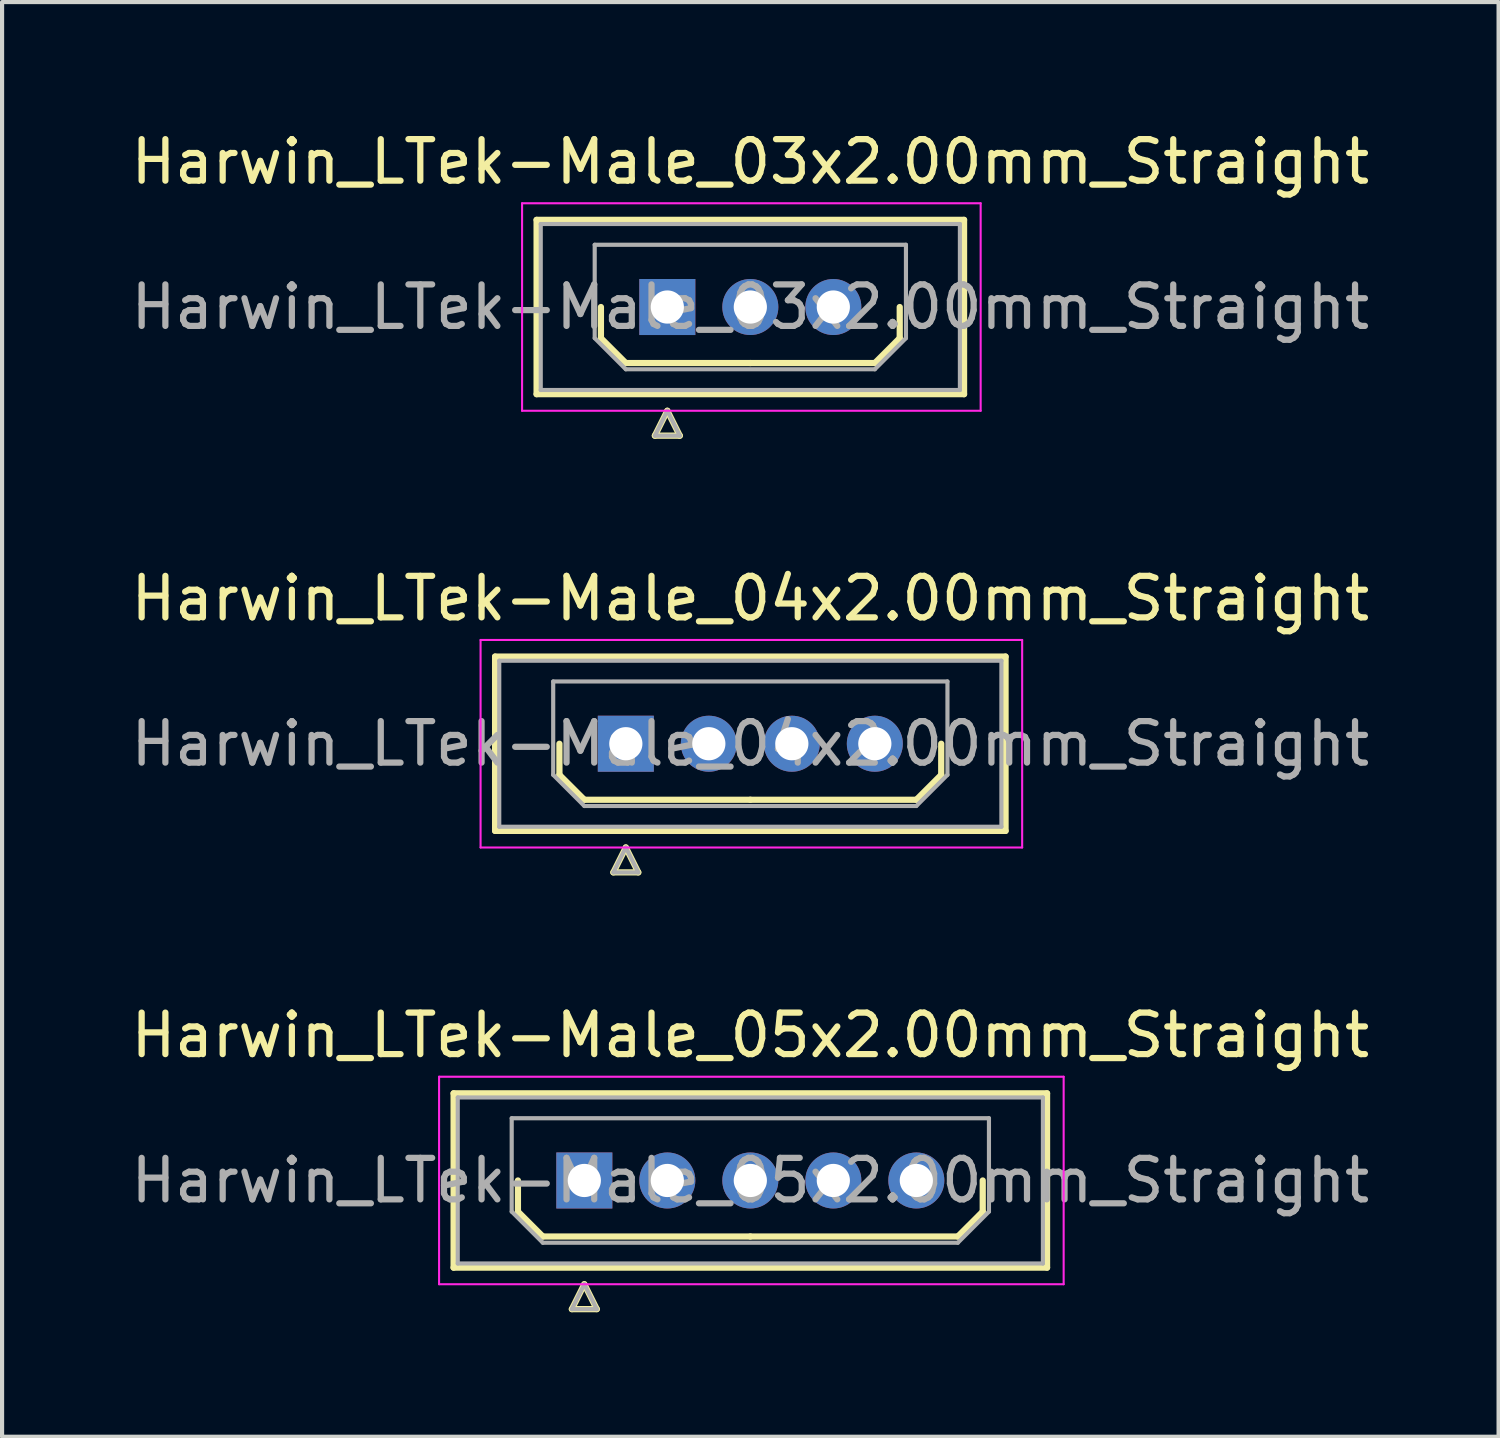
<source format=kicad_pcb>
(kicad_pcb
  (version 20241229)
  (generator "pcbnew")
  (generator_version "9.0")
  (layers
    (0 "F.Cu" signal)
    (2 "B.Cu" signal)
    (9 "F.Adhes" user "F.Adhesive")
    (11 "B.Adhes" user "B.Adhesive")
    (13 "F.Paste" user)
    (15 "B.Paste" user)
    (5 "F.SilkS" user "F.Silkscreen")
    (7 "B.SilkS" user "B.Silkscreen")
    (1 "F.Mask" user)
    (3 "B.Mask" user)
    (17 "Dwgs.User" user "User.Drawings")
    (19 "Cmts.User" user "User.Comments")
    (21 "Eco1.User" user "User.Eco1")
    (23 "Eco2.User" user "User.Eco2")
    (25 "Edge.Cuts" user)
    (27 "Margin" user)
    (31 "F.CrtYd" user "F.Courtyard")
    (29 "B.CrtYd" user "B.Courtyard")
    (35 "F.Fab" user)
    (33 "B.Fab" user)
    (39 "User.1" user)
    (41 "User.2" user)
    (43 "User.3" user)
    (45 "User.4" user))
  (footprint "Harwin_LTek-Male_04x2.00mm_Straight"
    (layer "F.Cu")
    (at 12.03 14.871)
    (property "Reference" "Harwin_LTek-Male_04x2.00mm_Straight" (at 3 -3.5 0) (layer "F.SilkS") (effects (font (size 1 1) (thickness 0.15))))
    (attr through_hole)
    (fp_line (start -3.15 -2.1) (end -3.15 2.1) (stroke (width 0.15) (type solid)) (layer "F.SilkS"))
    (fp_line (start -3.15 2.1) (end 9.15 2.1) (stroke (width 0.15) (type solid)) (layer "F.SilkS"))
    (fp_line (start -1.6 0) (end -1.6 0.75) (stroke (width 0.15) (type solid)) (layer "F.SilkS"))
    (fp_line (start -1.6 0.75) (end -1 1.35) (stroke (width 0.15) (type solid)) (layer "F.SilkS"))
    (fp_line (start -1 1.35) (end 3 1.35) (stroke (width 0.15) (type solid)) (layer "F.SilkS"))
    (fp_line (start -0.3 3.1) (end 0.3 3.1) (stroke (width 0.15) (type solid)) (layer "F.SilkS"))
    (fp_line (start 0 2.5) (end -0.3 3.1) (stroke (width 0.15) (type solid)) (layer "F.SilkS"))
    (fp_line (start 0.3 3.1) (end 0 2.5) (stroke (width 0.15) (type solid)) (layer "F.SilkS"))
    (fp_line (start 7 1.35) (end 3 1.35) (stroke (width 0.15) (type solid)) (layer "F.SilkS"))
    (fp_line (start 7.6 0) (end 7.6 0.75) (stroke (width 0.15) (type solid)) (layer "F.SilkS"))
    (fp_line (start 7.6 0.75) (end 7 1.35) (stroke (width 0.15) (type solid)) (layer "F.SilkS"))
    (fp_line (start 9.15 -2.1) (end -3.15 -2.1) (stroke (width 0.15) (type solid)) (layer "F.SilkS"))
    (fp_line (start 9.15 2.1) (end 9.15 -2.1) (stroke (width 0.15) (type solid)) (layer "F.SilkS"))
    (fp_line (start -3.5 -2.5) (end -3.5 2.5) (stroke (width 0.05) (type solid)) (layer "F.CrtYd"))
    (fp_line (start -3.5 2.5) (end 9.55 2.5) (stroke (width 0.05) (type solid)) (layer "F.CrtYd"))
    (fp_line (start 9.55 -2.5) (end -3.5 -2.5) (stroke (width 0.05) (type solid)) (layer "F.CrtYd"))
    (fp_line (start 9.55 2.5) (end 9.55 -2.5) (stroke (width 0.05) (type solid)) (layer "F.CrtYd"))
    (fp_line (start -3.05 -2) (end -3.05 2) (stroke (width 0.1) (type solid)) (layer "F.Fab"))
    (fp_line (start -3.05 2) (end 9.05 2) (stroke (width 0.1) (type solid)) (layer "F.Fab"))
    (fp_line (start -1.75 -1.5) (end 7.75 -1.5) (stroke (width 0.1) (type solid)) (layer "F.Fab"))
    (fp_line (start -1.75 0.75) (end -1.75 -1.5) (stroke (width 0.1) (type solid)) (layer "F.Fab"))
    (fp_line (start -1 1.5) (end -1.75 0.75) (stroke (width 0.1) (type solid)) (layer "F.Fab"))
    (fp_line (start -0.3 3.1) (end 0.3 3.1) (stroke (width 0.1) (type solid)) (layer "F.Fab"))
    (fp_line (start 0 2.5) (end -0.3 3.1) (stroke (width 0.1) (type solid)) (layer "F.Fab"))
    (fp_line (start 0.3 3.1) (end 0 2.5) (stroke (width 0.1) (type solid)) (layer "F.Fab"))
    (fp_line (start 7 1.5) (end -1 1.5) (stroke (width 0.1) (type solid)) (layer "F.Fab"))
    (fp_line (start 7.75 -1.5) (end 7.75 0.75) (stroke (width 0.1) (type solid)) (layer "F.Fab"))
    (fp_line (start 7.75 0.75) (end 7 1.5) (stroke (width 0.1) (type solid)) (layer "F.Fab"))
    (fp_line (start 9.05 -2) (end -3.05 -2) (stroke (width 0.1) (type solid)) (layer "F.Fab"))
    (fp_line (start 9.05 2) (end 9.05 -2) (stroke (width 0.1) (type solid)) (layer "F.Fab"))
    (fp_text user "${REFERENCE}" (at 3 0 0) (layer "F.Fab") (effects (font (size 1 1) (thickness 0.15))))
    (pad "1" thru_hole rect (at 0 0) (size 1.35 1.35) (drill 0.8) (layers "*.Cu" "*.Mask"))
    (pad "2" thru_hole circle (at 2 0) (size 1.35 1.35) (drill 0.8) (layers "*.Cu" "*.Mask"))
    (pad "3" thru_hole circle (at 4 0) (size 1.35 1.35) (drill 0.8) (layers "*.Cu" "*.Mask"))
    (pad "4" thru_hole circle (at 6 0) (size 1.35 1.35) (drill 0.8) (layers "*.Cu" "*.Mask")))
  (footprint "Harwin_LTek-Male_05x2.00mm_Straight"
    (layer "F.Cu")
    (at 11.03 25.395)
    (property "Reference" "Harwin_LTek-Male_05x2.00mm_Straight" (at 4 -3.5 0) (layer "F.SilkS") (effects (font (size 1 1) (thickness 0.15))))
    (attr through_hole)
    (fp_line (start -3.15 -2.1) (end -3.15 2.1) (stroke (width 0.15) (type solid)) (layer "F.SilkS"))
    (fp_line (start -3.15 2.1) (end 11.15 2.1) (stroke (width 0.15) (type solid)) (layer "F.SilkS"))
    (fp_line (start -1.6 0) (end -1.6 0.75) (stroke (width 0.15) (type solid)) (layer "F.SilkS"))
    (fp_line (start -1.6 0.75) (end -1 1.35) (stroke (width 0.15) (type solid)) (layer "F.SilkS"))
    (fp_line (start -1 1.35) (end 4 1.35) (stroke (width 0.15) (type solid)) (layer "F.SilkS"))
    (fp_line (start -0.3 3.1) (end 0.3 3.1) (stroke (width 0.15) (type solid)) (layer "F.SilkS"))
    (fp_line (start 0 2.5) (end -0.3 3.1) (stroke (width 0.15) (type solid)) (layer "F.SilkS"))
    (fp_line (start 0.3 3.1) (end 0 2.5) (stroke (width 0.15) (type solid)) (layer "F.SilkS"))
    (fp_line (start 9 1.35) (end 4 1.35) (stroke (width 0.15) (type solid)) (layer "F.SilkS"))
    (fp_line (start 9.6 0) (end 9.6 0.75) (stroke (width 0.15) (type solid)) (layer "F.SilkS"))
    (fp_line (start 9.6 0.75) (end 9 1.35) (stroke (width 0.15) (type solid)) (layer "F.SilkS"))
    (fp_line (start 11.15 -2.1) (end -3.15 -2.1) (stroke (width 0.15) (type solid)) (layer "F.SilkS"))
    (fp_line (start 11.15 2.1) (end 11.15 -2.1) (stroke (width 0.15) (type solid)) (layer "F.SilkS"))
    (fp_line (start -3.5 -2.5) (end -3.5 2.5) (stroke (width 0.05) (type solid)) (layer "F.CrtYd"))
    (fp_line (start -3.5 2.5) (end 11.55 2.5) (stroke (width 0.05) (type solid)) (layer "F.CrtYd"))
    (fp_line (start 11.55 -2.5) (end -3.5 -2.5) (stroke (width 0.05) (type solid)) (layer "F.CrtYd"))
    (fp_line (start 11.55 2.5) (end 11.55 -2.5) (stroke (width 0.05) (type solid)) (layer "F.CrtYd"))
    (fp_line (start -3.05 -2) (end -3.05 2) (stroke (width 0.1) (type solid)) (layer "F.Fab"))
    (fp_line (start -3.05 2) (end 11.05 2) (stroke (width 0.1) (type solid)) (layer "F.Fab"))
    (fp_line (start -1.75 -1.5) (end 9.75 -1.5) (stroke (width 0.1) (type solid)) (layer "F.Fab"))
    (fp_line (start -1.75 0.75) (end -1.75 -1.5) (stroke (width 0.1) (type solid)) (layer "F.Fab"))
    (fp_line (start -1 1.5) (end -1.75 0.75) (stroke (width 0.1) (type solid)) (layer "F.Fab"))
    (fp_line (start -0.3 3.1) (end 0.3 3.1) (stroke (width 0.1) (type solid)) (layer "F.Fab"))
    (fp_line (start 0 2.5) (end -0.3 3.1) (stroke (width 0.1) (type solid)) (layer "F.Fab"))
    (fp_line (start 0.3 3.1) (end 0 2.5) (stroke (width 0.1) (type solid)) (layer "F.Fab"))
    (fp_line (start 9 1.5) (end -1 1.5) (stroke (width 0.1) (type solid)) (layer "F.Fab"))
    (fp_line (start 9.75 -1.5) (end 9.75 0.75) (stroke (width 0.1) (type solid)) (layer "F.Fab"))
    (fp_line (start 9.75 0.75) (end 9 1.5) (stroke (width 0.1) (type solid)) (layer "F.Fab"))
    (fp_line (start 11.05 -2) (end -3.05 -2) (stroke (width 0.1) (type solid)) (layer "F.Fab"))
    (fp_line (start 11.05 2) (end 11.05 -2) (stroke (width 0.1) (type solid)) (layer "F.Fab"))
    (fp_text user "${REFERENCE}" (at 4 0 0) (layer "F.Fab") (effects (font (size 1 1) (thickness 0.15))))
    (pad "1" thru_hole rect (at 0 0) (size 1.35 1.35) (drill 0.8) (layers "*.Cu" "*.Mask"))
    (pad "2" thru_hole circle (at 2 0) (size 1.35 1.35) (drill 0.8) (layers "*.Cu" "*.Mask"))
    (pad "3" thru_hole circle (at 4 0) (size 1.35 1.35) (drill 0.8) (layers "*.Cu" "*.Mask"))
    (pad "4" thru_hole circle (at 6 0) (size 1.35 1.35) (drill 0.8) (layers "*.Cu" "*.Mask"))
    (pad "5" thru_hole circle (at 8 0) (size 1.35 1.35) (drill 0.8) (layers "*.Cu" "*.Mask")))
  (footprint "Harwin_LTek-Male_03x2.00mm_Straight"
    (layer "F.Cu")
    (at 13.03 4.348)
    (property "Reference" "Harwin_LTek-Male_03x2.00mm_Straight" (at 2 -3.5 0) (layer "F.SilkS") (effects (font (size 1 1) (thickness 0.15))))
    (attr through_hole)
    (fp_line (start -3.15 -2.1) (end -3.15 2.1) (stroke (width 0.15) (type solid)) (layer "F.SilkS"))
    (fp_line (start -3.15 2.1) (end 7.15 2.1) (stroke (width 0.15) (type solid)) (layer "F.SilkS"))
    (fp_line (start -1.6 0) (end -1.6 0.75) (stroke (width 0.15) (type solid)) (layer "F.SilkS"))
    (fp_line (start -1.6 0.75) (end -1 1.35) (stroke (width 0.15) (type solid)) (layer "F.SilkS"))
    (fp_line (start -1 1.35) (end 2 1.35) (stroke (width 0.15) (type solid)) (layer "F.SilkS"))
    (fp_line (start -0.3 3.1) (end 0.3 3.1) (stroke (width 0.15) (type solid)) (layer "F.SilkS"))
    (fp_line (start 0 2.5) (end -0.3 3.1) (stroke (width 0.15) (type solid)) (layer "F.SilkS"))
    (fp_line (start 0.3 3.1) (end 0 2.5) (stroke (width 0.15) (type solid)) (layer "F.SilkS"))
    (fp_line (start 5 1.35) (end 2 1.35) (stroke (width 0.15) (type solid)) (layer "F.SilkS"))
    (fp_line (start 5.6 0) (end 5.6 0.75) (stroke (width 0.15) (type solid)) (layer "F.SilkS"))
    (fp_line (start 5.6 0.75) (end 5 1.35) (stroke (width 0.15) (type solid)) (layer "F.SilkS"))
    (fp_line (start 7.15 -2.1) (end -3.15 -2.1) (stroke (width 0.15) (type solid)) (layer "F.SilkS"))
    (fp_line (start 7.15 2.1) (end 7.15 -2.1) (stroke (width 0.15) (type solid)) (layer "F.SilkS"))
    (fp_line (start -3.5 -2.5) (end -3.5 2.5) (stroke (width 0.05) (type solid)) (layer "F.CrtYd"))
    (fp_line (start -3.5 2.5) (end 7.55 2.5) (stroke (width 0.05) (type solid)) (layer "F.CrtYd"))
    (fp_line (start 7.55 -2.5) (end -3.5 -2.5) (stroke (width 0.05) (type solid)) (layer "F.CrtYd"))
    (fp_line (start 7.55 2.5) (end 7.55 -2.5) (stroke (width 0.05) (type solid)) (layer "F.CrtYd"))
    (fp_line (start -3.05 -2) (end -3.05 2) (stroke (width 0.1) (type solid)) (layer "F.Fab"))
    (fp_line (start -3.05 2) (end 7.05 2) (stroke (width 0.1) (type solid)) (layer "F.Fab"))
    (fp_line (start -1.75 -1.5) (end 5.75 -1.5) (stroke (width 0.1) (type solid)) (layer "F.Fab"))
    (fp_line (start -1.75 0.75) (end -1.75 -1.5) (stroke (width 0.1) (type solid)) (layer "F.Fab"))
    (fp_line (start -1 1.5) (end -1.75 0.75) (stroke (width 0.1) (type solid)) (layer "F.Fab"))
    (fp_line (start -0.3 3.1) (end 0.3 3.1) (stroke (width 0.1) (type solid)) (layer "F.Fab"))
    (fp_line (start 0 2.5) (end -0.3 3.1) (stroke (width 0.1) (type solid)) (layer "F.Fab"))
    (fp_line (start 0.3 3.1) (end 0 2.5) (stroke (width 0.1) (type solid)) (layer "F.Fab"))
    (fp_line (start 5 1.5) (end -1 1.5) (stroke (width 0.1) (type solid)) (layer "F.Fab"))
    (fp_line (start 5.75 -1.5) (end 5.75 0.75) (stroke (width 0.1) (type solid)) (layer "F.Fab"))
    (fp_line (start 5.75 0.75) (end 5 1.5) (stroke (width 0.1) (type solid)) (layer "F.Fab"))
    (fp_line (start 7.05 -2) (end -3.05 -2) (stroke (width 0.1) (type solid)) (layer "F.Fab"))
    (fp_line (start 7.05 2) (end 7.05 -2) (stroke (width 0.1) (type solid)) (layer "F.Fab"))
    (fp_text user "${REFERENCE}" (at 2 0 0) (layer "F.Fab") (effects (font (size 1 1) (thickness 0.15))))
    (pad "1" thru_hole rect (at 0 0) (size 1.35 1.35) (drill 0.8) (layers "*.Cu" "*.Mask"))
    (pad "2" thru_hole circle (at 2 0) (size 1.35 1.35) (drill 0.8) (layers "*.Cu" "*.Mask"))
    (pad "3" thru_hole circle (at 4 0) (size 1.35 1.35) (drill 0.8) (layers "*.Cu" "*.Mask")))
  (gr_rect
    (start -3 -3)
    (end 33.06 31.57)
    (stroke (width 0.1) (type default))
    (fill no)
    (layer "Edge.Cuts")))
</source>
